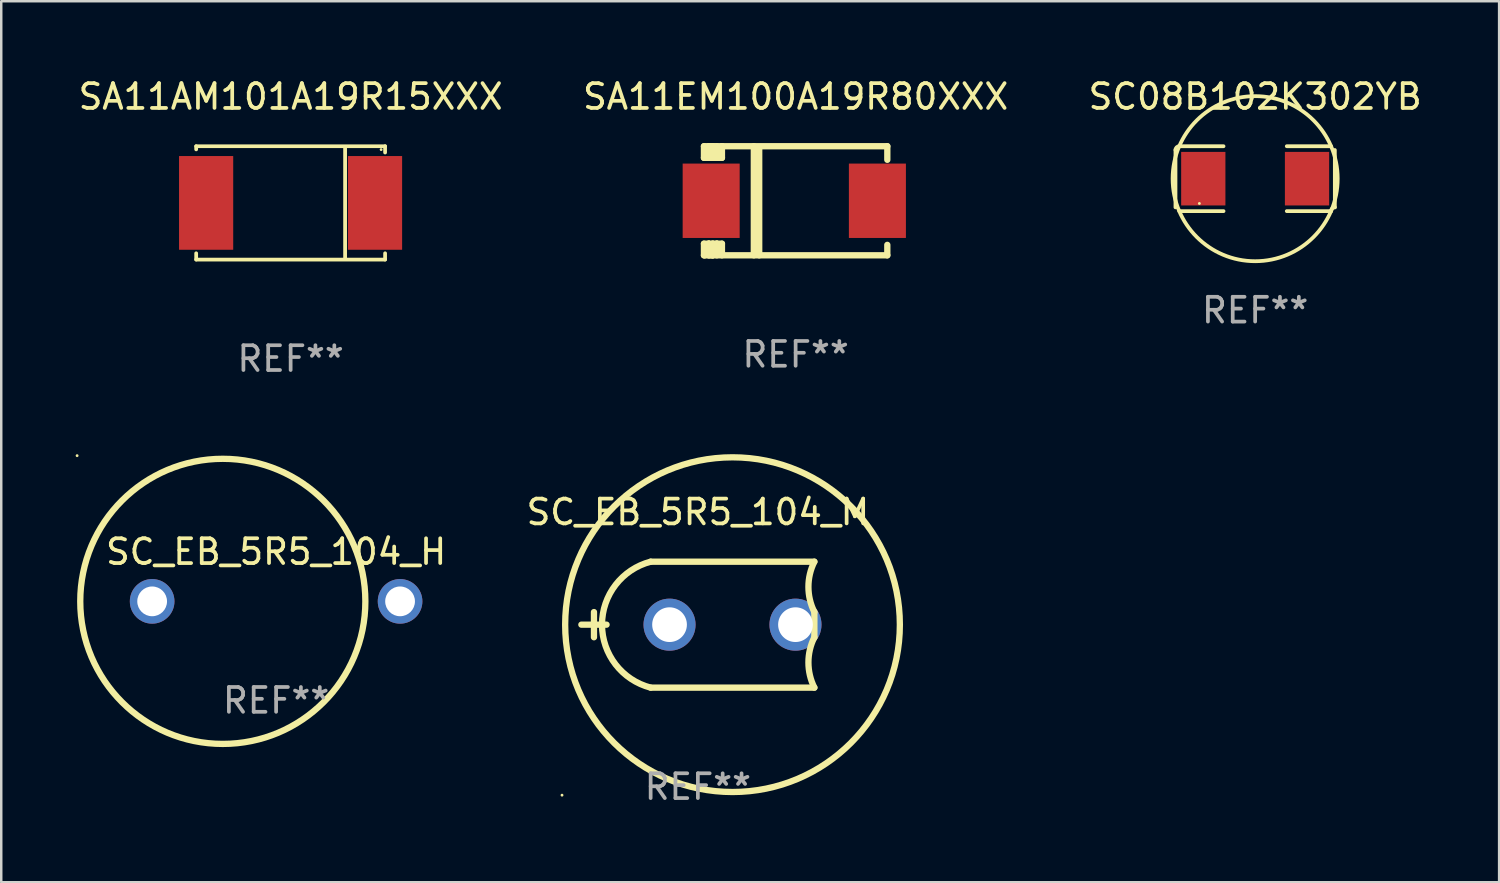
<source format=kicad_pcb>
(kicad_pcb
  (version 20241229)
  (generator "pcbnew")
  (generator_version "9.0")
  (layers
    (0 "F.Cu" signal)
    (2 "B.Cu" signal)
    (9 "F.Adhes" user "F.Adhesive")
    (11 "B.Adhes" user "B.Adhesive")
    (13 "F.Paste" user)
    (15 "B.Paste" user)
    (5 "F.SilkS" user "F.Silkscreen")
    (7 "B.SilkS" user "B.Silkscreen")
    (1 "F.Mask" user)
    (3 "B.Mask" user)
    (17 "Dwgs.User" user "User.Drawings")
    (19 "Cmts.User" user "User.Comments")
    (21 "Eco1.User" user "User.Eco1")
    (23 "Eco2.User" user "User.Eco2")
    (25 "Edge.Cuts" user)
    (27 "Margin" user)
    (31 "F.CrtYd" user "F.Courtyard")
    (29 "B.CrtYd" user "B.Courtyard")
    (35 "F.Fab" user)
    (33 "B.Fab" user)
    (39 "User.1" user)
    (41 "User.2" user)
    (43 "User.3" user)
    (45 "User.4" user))
  (footprint "SC08B102K302YB"
    (layer "F.Cu")
    (at 47.577 4.157)
    (property "Reference" "SC08B102K302YB" (at 0 -3.309 0) (layer "F.SilkS") (effects (font (size 1 1) (thickness 0.15))))
    (attr through_hole)
    (fp_line (start -3.214 -1.156) (end -3.214 1.156) (stroke (width 0.152) (type solid)) (layer "F.SilkS"))
    (fp_line (start -3.061 1.309) (end -1.276 1.309) (stroke (width 0.152) (type solid)) (layer "F.SilkS"))
    (fp_line (start -1.276 -1.309) (end -3.061 -1.309) (stroke (width 0.152) (type solid)) (layer "F.SilkS"))
    (fp_line (start 1.276 -1.309) (end 3.061 -1.309) (stroke (width 0.152) (type solid)) (layer "F.SilkS"))
    (fp_line (start 3.061 1.309) (end 1.276 1.309) (stroke (width 0.152) (type solid)) (layer "F.SilkS"))
    (fp_line (start 3.214 -1.156) (end 3.214 1.156) (stroke (width 0.152) (type solid)) (layer "F.SilkS"))
    (fp_arc (start -3.21359 -1.15621) (mid -3.168953 -1.263974) (end -3.061189 -1.308611) (stroke (width 0.1524) (type solid)) (layer "F.SilkS"))
    (fp_arc (start 3.061188 1.308611) (mid 3.105825 1.200847) (end 3.213589 1.15621) (stroke (width 0.1524) (type solid)) (layer "F.SilkS"))
    (fp_arc (start 3.061189 -1.308611) (mid -3.061167 1.308589) (end 3.061189 -1.308611) (stroke (width 0.1524) (type solid)) (layer "F.SilkS"))
    (fp_circle (center -2.25 1) (end -2.22 1) (stroke (width 0.06) (type solid)) (fill no) (layer "F.SilkS"))
    (fp_text user "REF**" (at 0 5.309 0) (layer "F.Fab") (effects (font (size 1 1) (thickness 0.15))))
    (pad "1" smd rect (at -2.092 0) (size 1.785 2.16) (layers "F.Cu" "F.Mask" "F.Paste"))
    (pad "2" smd rect (at 2.092 0) (size 1.785 2.16) (layers "F.Cu" "F.Mask" "F.Paste")))
  (footprint "SC_EB_5R5_104_H"
    (layer "F.Cu")
    (at 8.087 21.206)
    (property "Reference" "SC_EB_5R5_104_H" (at 0 -2 0) (layer "F.SilkS") (effects (font (size 1 1) (thickness 0.15))))
    (attr through_hole)
    (fp_circle (center -8.027 -5.877) (end -7.997 -5.877) (stroke (width 0.06) (type solid)) (fill no) (layer "F.SilkS"))
    (fp_circle (center -2.15 0) (end 3.6 0) (stroke (width 0.254) (type solid)) (fill no) (layer "F.SilkS"))
    (fp_text user "+" (at -4.182 2.471 0) (layer "B.Mask") (effects (font (size 1 1) (thickness 0.15))))
    (fp_text user "REF**" (at 0 4 0) (layer "F.Fab") (effects (font (size 1 1) (thickness 0.15))))
    (pad "1" thru_hole circle (at -5 0) (size 1.8 1.8) (drill 1.2) (layers "*.Cu" "*.Mask"))
    (pad "2" thru_hole circle (at 5 0) (size 1.8 1.8) (drill 1.2) (layers "*.Cu" "*.Mask")))
  (footprint "SA11AM101A19R15XXX"
    (layer "F.Cu")
    (at 8.673 5.134)
    (property "Reference" "SA11AM101A19R15XXX" (at 0 -4.286 0) (layer "F.SilkS") (effects (font (size 1 1) (thickness 0.15))))
    (attr through_hole)
    (fp_line (start -3.81 -2.286) (end -3.81 -2.159) (stroke (width 0.15) (type solid)) (layer "F.SilkS"))
    (fp_line (start -3.81 2.032) (end -3.81 2.286) (stroke (width 0.15) (type solid)) (layer "F.SilkS"))
    (fp_line (start -3.81 2.286) (end 3.81 2.286) (stroke (width 0.15) (type solid)) (layer "F.SilkS"))
    (fp_line (start 2.197 -2.226) (end 2.197 2.226) (stroke (width 0.152) (type solid)) (layer "F.SilkS"))
    (fp_line (start 3.81 -2.286) (end -3.81 -2.286) (stroke (width 0.15) (type solid)) (layer "F.SilkS"))
    (fp_line (start 3.81 -2.032) (end 3.81 -2.286) (stroke (width 0.15) (type solid)) (layer "F.SilkS"))
    (fp_line (start 3.81 2.286) (end 3.81 2.032) (stroke (width 0.15) (type solid)) (layer "F.SilkS"))
    (fp_circle (center 3.65 -2.15) (end 3.68 -2.15) (stroke (width 0.06) (type solid)) (fill no) (layer "F.SilkS"))
    (fp_text user "REF**" (at 0 6.286 0) (layer "F.Fab") (effects (font (size 1 1) (thickness 0.15))))
    (pad "1" smd rect (at 3.404 0 180) (size 2.185 3.78) (layers "F.Cu" "F.Mask" "F.Paste"))
    (pad "2" smd rect (at -3.409 0 180) (size 2.185 3.78) (layers "F.Cu" "F.Mask" "F.Paste")))
  (footprint "SC_EB_5R5_104_M"
    (layer "F.Cu")
    (at 25.099 22.146)
    (property "Reference" "SC_EB_5R5_104_M" (at 0 -4.54 0) (layer "F.SilkS") (effects (font (size 1 1) (thickness 0.15))))
    (attr through_hole)
    (fp_line (start -4.699 0) (end -3.683 0) (stroke (width 0.254) (type solid)) (layer "F.SilkS"))
    (fp_line (start -4.191 0.508) (end -4.191 -0.508) (stroke (width 0.254) (type solid)) (layer "F.SilkS"))
    (fp_line (start -1.905 -2.54) (end 4.699 -2.54) (stroke (width 0.254) (type solid)) (layer "F.SilkS"))
    (fp_line (start -1.905 2.54) (end 4.699 2.54) (stroke (width 0.254) (type solid)) (layer "F.SilkS"))
    (fp_line (start 4.699 -0.508) (end 4.699 0.508) (stroke (width 0.254) (type solid)) (layer "F.SilkS"))
    (fp_arc (start -1.905004 2.540005) (mid -3.867156 0) (end -1.905003 -2.540005) (stroke (width 0.254001) (type solid)) (layer "F.SilkS"))
    (fp_arc (start 4.699009 -0.508001) (mid 4.459163 -1.524003) (end 4.699009 -2.540005) (stroke (width 0.254001) (type solid)) (layer "F.SilkS"))
    (fp_arc (start 4.699009 2.540005) (mid 4.459163 1.524003) (end 4.699009 0.508001) (stroke (width 0.254001) (type solid)) (layer "F.SilkS"))
    (fp_circle (center -5.48 6.877) (end -5.45 6.877) (stroke (width 0.06) (type solid)) (fill no) (layer "F.SilkS"))
    (fp_circle (center 1.397 0) (end 8.147 0) (stroke (width 0.254) (type solid)) (fill no) (layer "F.SilkS"))
    (fp_text user "REF**" (at 0 6.54 0) (layer "F.Fab") (effects (font (size 1 1) (thickness 0.15))))
    (pad "1" thru_hole circle (at -1.143 0) (size 2.1 2.1) (drill 1.4) (layers "*.Cu" "*.Mask"))
    (pad "2" thru_hole circle (at 3.937 0) (size 2.1 2.1) (drill 1.4) (layers "*.Cu" "*.Mask")))
  (footprint "SA11EM100A19R80XXX"
    (layer "F.Cu")
    (at 29.042 5.048)
    (property "Reference" "SA11EM100A19R80XXX" (at 0 -4.2 0) (layer "F.SilkS") (effects (font (size 1 1) (thickness 0.15))))
    (attr through_hole)
    (fp_line (start -3.698 -2.2) (end -3.502 -2.2) (stroke (width 0.254) (type solid)) (layer "F.SilkS"))
    (fp_line (start -3.698 -1.731) (end -3.698 -2.2) (stroke (width 0.254) (type solid)) (layer "F.SilkS"))
    (fp_line (start -3.698 -1.731) (end -3.502 -1.731) (stroke (width 0.254) (type solid)) (layer "F.SilkS"))
    (fp_line (start -3.698 1.731) (end -3.502 1.731) (stroke (width 0.254) (type solid)) (layer "F.SilkS"))
    (fp_line (start -3.698 2.2) (end -3.698 1.731) (stroke (width 0.254) (type solid)) (layer "F.SilkS"))
    (fp_line (start -3.66 2.2) (end -3.698 2.2) (stroke (width 0.254) (type solid)) (layer "F.SilkS"))
    (fp_line (start -3.66 2.2) (end -3.346 2.2) (stroke (width 0.254) (type solid)) (layer "F.SilkS"))
    (fp_line (start -3.502 -2.2) (end 3.698 -2.2) (stroke (width 0.254) (type solid)) (layer "F.SilkS"))
    (fp_line (start -3.502 -1.731) (end -3.502 -2.2) (stroke (width 0.254) (type solid)) (layer "F.SilkS"))
    (fp_line (start -3.502 1.731) (end -3.502 1.778) (stroke (width 0.254) (type solid)) (layer "F.SilkS"))
    (fp_line (start -3.502 1.731) (end -3.178 1.731) (stroke (width 0.254) (type solid)) (layer "F.SilkS"))
    (fp_line (start -3.502 1.778) (end -3.502 1.731) (stroke (width 0.254) (type solid)) (layer "F.SilkS"))
    (fp_line (start -3.502 2.2) (end -3.502 1.778) (stroke (width 0.254) (type solid)) (layer "F.SilkS"))
    (fp_line (start -3.502 2.2) (end 3.698 2.2) (stroke (width 0.254) (type solid)) (layer "F.SilkS"))
    (fp_line (start -3.367 -2.2) (end -3.367 -1.731) (stroke (width 0.254) (type solid)) (layer "F.SilkS"))
    (fp_line (start -3.346 1.731) (end -3.346 2.2) (stroke (width 0.254) (type solid)) (layer "F.SilkS"))
    (fp_line (start -3.346 2.2) (end -3.346 2.2) (stroke (width 0.254) (type solid)) (layer "F.SilkS"))
    (fp_line (start -3.332 1.731) (end -3.346 1.731) (stroke (width 0.254) (type solid)) (layer "F.SilkS"))
    (fp_line (start -3.303 -2.2) (end -3.367 -2.2) (stroke (width 0.254) (type solid)) (layer "F.SilkS"))
    (fp_line (start -3.179 -1.731) (end -3.179 -1.731) (stroke (width 0.254) (type solid)) (layer "F.SilkS"))
    (fp_line (start -3.179 1.731) (end -3.179 2.2) (stroke (width 0.254) (type solid)) (layer "F.SilkS"))
    (fp_line (start -3.178 -1.731) (end -3.502 -1.731) (stroke (width 0.254) (type solid)) (layer "F.SilkS"))
    (fp_line (start -3.178 -1.731) (end -3.179 -1.731) (stroke (width 0.254) (type solid)) (layer "F.SilkS"))
    (fp_line (start -3.178 -1.731) (end -3.178 -2.2) (stroke (width 0.254) (type solid)) (layer "F.SilkS"))
    (fp_line (start -3.178 1.731) (end -3.178 1.731) (stroke (width 0.254) (type solid)) (layer "F.SilkS"))
    (fp_line (start -2.972 -2.2) (end -2.972 -1.731) (stroke (width 0.254) (type solid)) (layer "F.SilkS"))
    (fp_line (start -2.972 -1.731) (end -3.502 -1.731) (stroke (width 0.254) (type solid)) (layer "F.SilkS"))
    (fp_line (start -2.972 1.731) (end -3.179 1.731) (stroke (width 0.254) (type solid)) (layer "F.SilkS"))
    (fp_line (start -2.972 1.731) (end -2.972 2.2) (stroke (width 0.254) (type solid)) (layer "F.SilkS"))
    (fp_line (start -2.957 -2.2) (end -2.972 -2.2) (stroke (width 0.254) (type solid)) (layer "F.SilkS"))
    (fp_line (start -1.686 -2.2) (end -1.686 2.2) (stroke (width 0.254) (type solid)) (layer "F.SilkS"))
    (fp_line (start -1.469 -2.159) (end -1.469 2.2) (stroke (width 0.254) (type solid)) (layer "F.SilkS"))
    (fp_line (start -1.452 -2.159) (end -1.469 -2.159) (stroke (width 0.254) (type solid)) (layer "F.SilkS"))
    (fp_line (start 3.698 -2.2) (end 3.698 -1.651) (stroke (width 0.254) (type solid)) (layer "F.SilkS"))
    (fp_line (start 3.698 2.2) (end 3.698 1.778) (stroke (width 0.254) (type solid)) (layer "F.SilkS"))
    (fp_circle (center -3.552 2.15) (end -3.522 2.15) (stroke (width 0.06) (type solid)) (fill no) (layer "F.SilkS"))
    (fp_text user "REF**" (at 0 6.2 0) (layer "F.Fab") (effects (font (size 1 1) (thickness 0.15))))
    (pad "1" smd rect (at -3.407 0) (size 2.3 3) (layers "F.Cu" "F.Mask" "F.Paste"))
    (pad "2" smd rect (at 3.298 0) (size 2.3 3) (layers "F.Cu" "F.Mask" "F.Paste")))
  (gr_rect
    (start -3 -3)
    (end 57.417 32.534)
    (stroke (width 0.1) (type default))
    (fill no)
    (layer "Edge.Cuts")))
</source>
